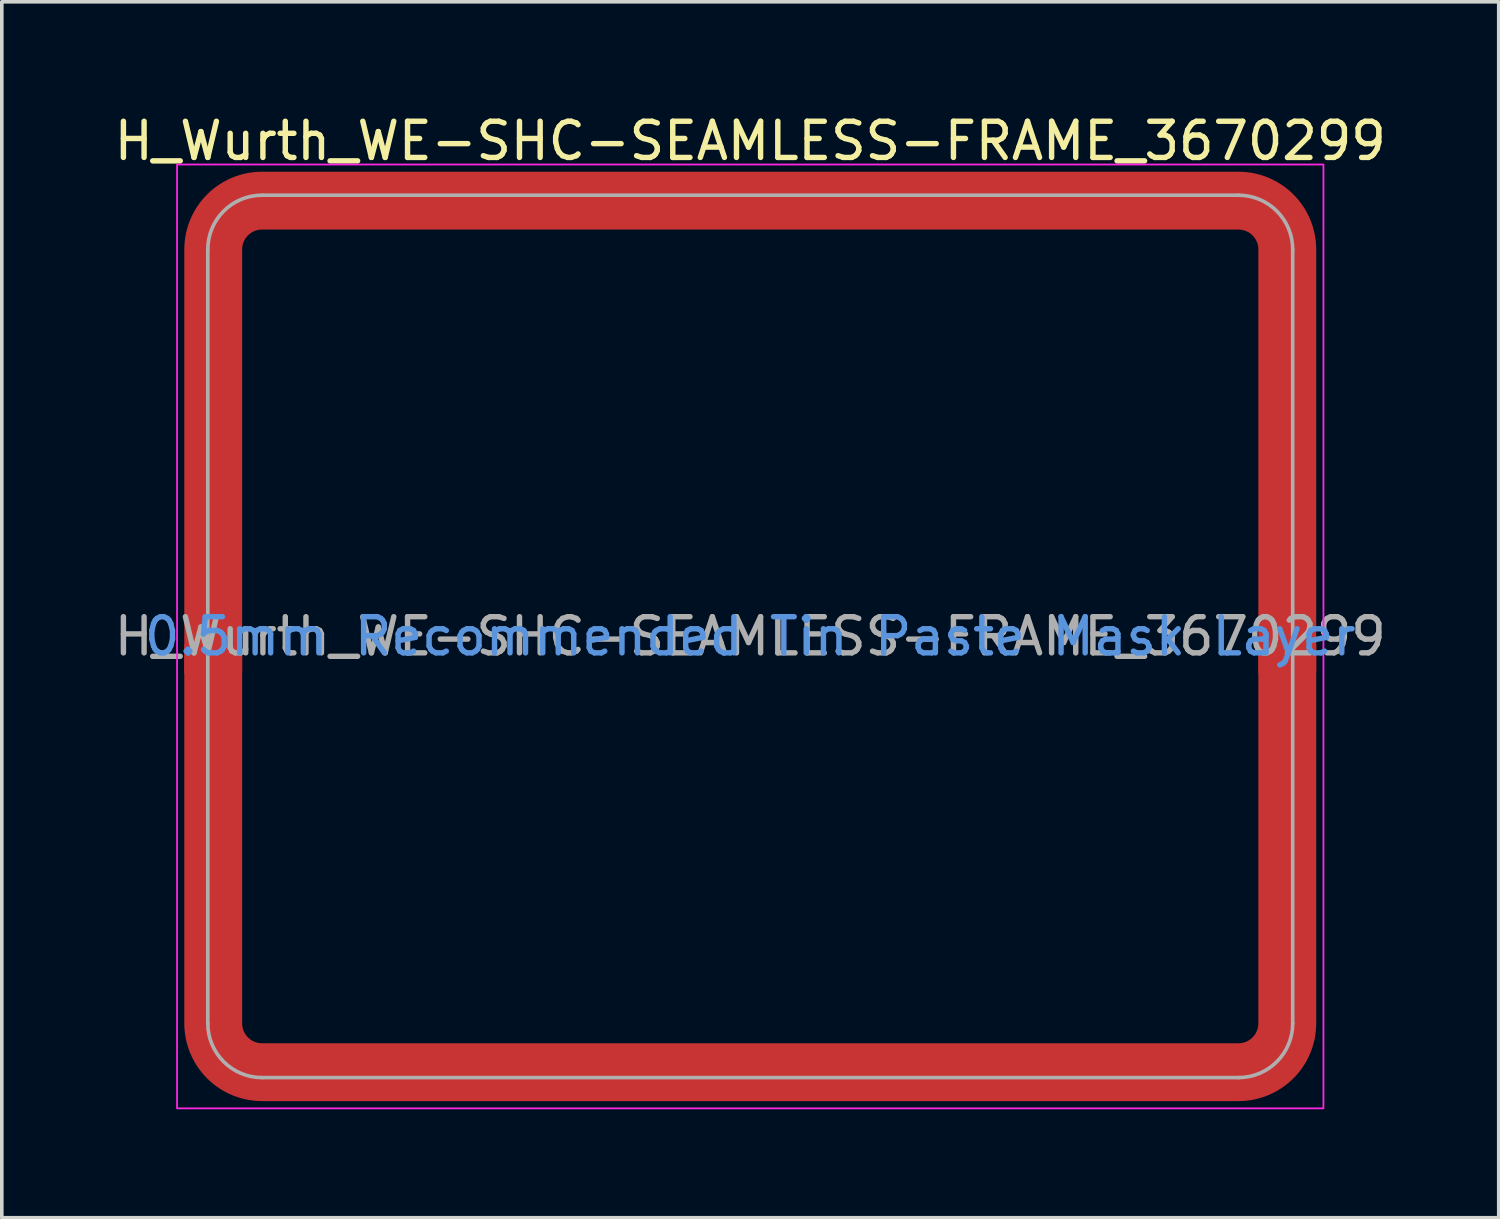
<source format=kicad_pcb>
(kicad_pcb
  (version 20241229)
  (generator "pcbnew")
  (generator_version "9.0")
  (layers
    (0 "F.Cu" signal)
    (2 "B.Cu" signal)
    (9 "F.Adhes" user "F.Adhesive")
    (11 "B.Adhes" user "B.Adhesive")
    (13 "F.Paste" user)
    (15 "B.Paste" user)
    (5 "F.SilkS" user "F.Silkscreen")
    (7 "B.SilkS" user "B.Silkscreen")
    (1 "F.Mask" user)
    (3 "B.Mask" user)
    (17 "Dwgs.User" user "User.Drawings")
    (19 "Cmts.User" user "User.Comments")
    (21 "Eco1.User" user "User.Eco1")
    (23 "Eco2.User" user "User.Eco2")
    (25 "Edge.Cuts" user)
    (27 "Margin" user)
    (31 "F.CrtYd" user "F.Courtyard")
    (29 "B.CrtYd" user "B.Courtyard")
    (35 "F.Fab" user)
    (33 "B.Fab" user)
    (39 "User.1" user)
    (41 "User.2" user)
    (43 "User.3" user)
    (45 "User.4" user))
  (footprint "H_Wurth_WE-SHC-SEAMLESS-FRAME_3670299"
    (layer "F.Cu")
    (at 17.696 14.548)
    (property "Reference" "H_Wurth_WE-SHC-SEAMLESS-FRAME_3670299" (at 0 -13.7 0) (unlocked yes) (layer "F.SilkS") (effects (font (size 1 1) (thickness 0.15))))
    (attr smd)
    (fp_poly (pts (xy 14.1 0.25) (xy 15.6 0.25) (xy 15.6 10.7) (xy 15.597 10.81) (xy 15.588 10.92) (xy 15.574 11.029) (xy 15.554 11.137) (xy 15.528 11.244) (xy 15.497 11.349) (xy 15.461 11.453) (xy 15.418 11.554) (xy 15.371 11.653) (xy 15.319 11.75) (xy 15.261 11.844) (xy 15.199 11.934) (xy 15.132 12.022) (xy 15.061 12.105) (xy 14.985 12.185) (xy 14.905 12.261) (xy 14.822 12.332) (xy 14.734 12.399) (xy 14.644 12.461) (xy 14.55 12.519) (xy 14.453 12.571) (xy 14.354 12.618) (xy 14.253 12.661) (xy 14.149 12.697) (xy 14.044 12.728) (xy 13.937 12.754) (xy 13.829 12.774) (xy 13.72 12.788) (xy 13.61 12.797) (xy 13.5 12.8) (xy -13.5 12.8) (xy -13.61 12.797) (xy -13.72 12.788) (xy -13.829 12.774) (xy -13.937 12.754) (xy -14.044 12.728) (xy -14.149 12.697) (xy -14.253 12.661) (xy -14.354 12.618) (xy -14.453 12.571) (xy -14.55 12.519) (xy -14.644 12.461) (xy -14.734 12.399) (xy -14.822 12.332) (xy -14.905 12.261) (xy -14.985 12.185) (xy -15.061 12.105) (xy -15.132 12.022) (xy -15.199 11.934) (xy -15.261 11.844) (xy -15.319 11.75) (xy -15.371 11.653) (xy -15.418 11.554) (xy -15.461 11.453) (xy -15.497 11.349) (xy -15.528 11.244) (xy -15.554 11.137) (xy -15.574 11.029) (xy -15.588 10.92) (xy -15.597 10.81) (xy -15.6 10.7) (xy -15.6 0.25) (xy -14.1 0.25) (xy -14.1 10.7) (xy -14.099 10.731) (xy -14.097 10.763) (xy -14.093 10.794) (xy -14.087 10.825) (xy -14.08 10.855) (xy -14.071 10.885) (xy -14.06 10.915) (xy -14.048 10.944) (xy -14.035 10.972) (xy -14.02 11) (xy -14.003 11.027) (xy -13.985 11.053) (xy -13.966 11.078) (xy -13.946 11.101) (xy -13.924 11.124) (xy -13.901 11.146) (xy -13.878 11.166) (xy -13.853 11.185) (xy -13.827 11.203) (xy -13.8 11.22) (xy -13.772 11.235) (xy -13.744 11.248) (xy -13.715 11.26) (xy -13.685 11.271) (xy -13.655 11.28) (xy -13.625 11.287) (xy -13.594 11.293) (xy -13.563 11.297) (xy -13.531 11.299) (xy -13.5 11.3) (xy 13.5 11.3) (xy 13.531 11.299) (xy 13.563 11.297) (xy 13.594 11.293) (xy 13.625 11.287) (xy 13.655 11.28) (xy 13.685 11.271) (xy 13.715 11.26) (xy 13.744 11.248) (xy 13.772 11.235) (xy 13.8 11.22) (xy 13.827 11.203) (xy 13.853 11.185) (xy 13.878 11.166) (xy 13.901 11.146) (xy 13.924 11.124) (xy 13.946 11.101) (xy 13.966 11.078) (xy 13.985 11.053) (xy 14.003 11.027) (xy 14.02 11) (xy 14.035 10.972) (xy 14.048 10.944) (xy 14.06 10.915) (xy 14.071 10.885) (xy 14.08 10.855) (xy 14.087 10.825) (xy 14.093 10.794) (xy 14.097 10.763) (xy 14.099 10.731) (xy 14.1 10.7) (xy 14.1 0.25)) (stroke (width 0.1) (type solid)) (fill yes) (layer "F.Cu"))
    (fp_poly (pts (xy 14.1 0.25) (xy 15.6 0.25) (xy 15.6 10.7) (xy 15.597 10.81) (xy 15.588 10.92) (xy 15.574 11.029) (xy 15.554 11.137) (xy 15.528 11.244) (xy 15.497 11.349) (xy 15.461 11.453) (xy 15.418 11.554) (xy 15.371 11.653) (xy 15.319 11.75) (xy 15.261 11.844) (xy 15.199 11.934) (xy 15.132 12.022) (xy 15.061 12.105) (xy 14.985 12.185) (xy 14.905 12.261) (xy 14.822 12.332) (xy 14.734 12.399) (xy 14.644 12.461) (xy 14.55 12.519) (xy 14.453 12.571) (xy 14.354 12.618) (xy 14.253 12.661) (xy 14.149 12.697) (xy 14.044 12.728) (xy 13.937 12.754) (xy 13.829 12.774) (xy 13.72 12.788) (xy 13.61 12.797) (xy 13.5 12.8) (xy -13.5 12.8) (xy -13.61 12.797) (xy -13.72 12.788) (xy -13.829 12.774) (xy -13.937 12.754) (xy -14.044 12.728) (xy -14.149 12.697) (xy -14.253 12.661) (xy -14.354 12.618) (xy -14.453 12.571) (xy -14.55 12.519) (xy -14.644 12.461) (xy -14.734 12.399) (xy -14.822 12.332) (xy -14.905 12.261) (xy -14.985 12.185) (xy -15.061 12.105) (xy -15.132 12.022) (xy -15.199 11.934) (xy -15.261 11.844) (xy -15.319 11.75) (xy -15.371 11.653) (xy -15.418 11.554) (xy -15.461 11.453) (xy -15.497 11.349) (xy -15.528 11.244) (xy -15.554 11.137) (xy -15.574 11.029) (xy -15.588 10.92) (xy -15.597 10.81) (xy -15.6 10.7) (xy -15.6 0.25) (xy -14.1 0.25) (xy -14.1 10.7) (xy -14.099 10.731) (xy -14.097 10.763) (xy -14.093 10.794) (xy -14.087 10.825) (xy -14.08 10.855) (xy -14.071 10.885) (xy -14.06 10.915) (xy -14.048 10.944) (xy -14.035 10.972) (xy -14.02 11) (xy -14.003 11.027) (xy -13.985 11.053) (xy -13.966 11.078) (xy -13.946 11.101) (xy -13.924 11.124) (xy -13.901 11.146) (xy -13.878 11.166) (xy -13.853 11.185) (xy -13.827 11.203) (xy -13.8 11.22) (xy -13.772 11.235) (xy -13.744 11.248) (xy -13.715 11.26) (xy -13.685 11.271) (xy -13.655 11.28) (xy -13.625 11.287) (xy -13.594 11.293) (xy -13.563 11.297) (xy -13.531 11.299) (xy -13.5 11.3) (xy 13.5 11.3) (xy 13.531 11.299) (xy 13.563 11.297) (xy 13.594 11.293) (xy 13.625 11.287) (xy 13.655 11.28) (xy 13.685 11.271) (xy 13.715 11.26) (xy 13.744 11.248) (xy 13.772 11.235) (xy 13.8 11.22) (xy 13.827 11.203) (xy 13.853 11.185) (xy 13.878 11.166) (xy 13.901 11.146) (xy 13.924 11.124) (xy 13.946 11.101) (xy 13.966 11.078) (xy 13.985 11.053) (xy 14.003 11.027) (xy 14.02 11) (xy 14.035 10.972) (xy 14.048 10.944) (xy 14.06 10.915) (xy 14.071 10.885) (xy 14.08 10.855) (xy 14.087 10.825) (xy 14.093 10.794) (xy 14.097 10.763) (xy 14.099 10.731) (xy 14.1 10.7) (xy 14.1 0.25)) (stroke (width 0.1) (type solid)) (fill yes) (layer "F.Mask"))
    (fp_poly (pts (xy 14.1 0.25) (xy 15.6 0.25) (xy 15.6 10.7) (xy 15.597 10.81) (xy 15.588 10.92) (xy 15.574 11.029) (xy 15.554 11.137) (xy 15.528 11.244) (xy 15.497 11.349) (xy 15.461 11.453) (xy 15.418 11.554) (xy 15.371 11.653) (xy 15.319 11.75) (xy 15.261 11.844) (xy 15.199 11.934) (xy 15.132 12.022) (xy 15.061 12.105) (xy 14.985 12.185) (xy 14.905 12.261) (xy 14.822 12.332) (xy 14.734 12.399) (xy 14.644 12.461) (xy 14.55 12.519) (xy 14.453 12.571) (xy 14.354 12.618) (xy 14.253 12.661) (xy 14.149 12.697) (xy 14.044 12.728) (xy 13.937 12.754) (xy 13.829 12.774) (xy 13.72 12.788) (xy 13.61 12.797) (xy 13.5 12.8) (xy -13.5 12.8) (xy -13.61 12.797) (xy -13.72 12.788) (xy -13.829 12.774) (xy -13.937 12.754) (xy -14.044 12.728) (xy -14.149 12.697) (xy -14.253 12.661) (xy -14.354 12.618) (xy -14.453 12.571) (xy -14.55 12.519) (xy -14.644 12.461) (xy -14.734 12.399) (xy -14.822 12.332) (xy -14.905 12.261) (xy -14.985 12.185) (xy -15.061 12.105) (xy -15.132 12.022) (xy -15.199 11.934) (xy -15.261 11.844) (xy -15.319 11.75) (xy -15.371 11.653) (xy -15.418 11.554) (xy -15.461 11.453) (xy -15.497 11.349) (xy -15.528 11.244) (xy -15.554 11.137) (xy -15.574 11.029) (xy -15.588 10.92) (xy -15.597 10.81) (xy -15.6 10.7) (xy -15.6 0.25) (xy -14.1 0.25) (xy -14.1 10.7) (xy -14.099 10.731) (xy -14.097 10.763) (xy -14.093 10.794) (xy -14.087 10.825) (xy -14.08 10.855) (xy -14.071 10.885) (xy -14.06 10.915) (xy -14.048 10.944) (xy -14.035 10.972) (xy -14.02 11) (xy -14.003 11.027) (xy -13.985 11.053) (xy -13.966 11.078) (xy -13.946 11.101) (xy -13.924 11.124) (xy -13.901 11.146) (xy -13.878 11.166) (xy -13.853 11.185) (xy -13.827 11.203) (xy -13.8 11.22) (xy -13.772 11.235) (xy -13.744 11.248) (xy -13.715 11.26) (xy -13.685 11.271) (xy -13.655 11.28) (xy -13.625 11.287) (xy -13.594 11.293) (xy -13.563 11.297) (xy -13.531 11.299) (xy -13.5 11.3) (xy 13.5 11.3) (xy 13.531 11.299) (xy 13.563 11.297) (xy 13.594 11.293) (xy 13.625 11.287) (xy 13.655 11.28) (xy 13.685 11.271) (xy 13.715 11.26) (xy 13.744 11.248) (xy 13.772 11.235) (xy 13.8 11.22) (xy 13.827 11.203) (xy 13.853 11.185) (xy 13.878 11.166) (xy 13.901 11.146) (xy 13.924 11.124) (xy 13.946 11.101) (xy 13.966 11.078) (xy 13.985 11.053) (xy 14.003 11.027) (xy 14.02 11) (xy 14.035 10.972) (xy 14.048 10.944) (xy 14.06 10.915) (xy 14.071 10.885) (xy 14.08 10.855) (xy 14.087 10.825) (xy 14.093 10.794) (xy 14.097 10.763) (xy 14.099 10.731) (xy 14.1 10.7) (xy 14.1 0.25)) (stroke (width 0.1) (type solid)) (fill yes) (layer "F.Paste"))
    (fp_rect (start -15.85 -13.05) (end 15.85 13.05) (stroke (width 0.05) (type solid)) (fill no) (layer "F.CrtYd"))
    (fp_line (start -15 10.7) (end -15 -10.7) (stroke (width 0.1) (type solid)) (layer "F.Fab"))
    (fp_line (start -13.5 -12.2) (end 13.5 -12.2) (stroke (width 0.1) (type solid)) (layer "F.Fab"))
    (fp_line (start -13.5 12.2) (end 13.5 12.2) (stroke (width 0.1) (type solid)) (layer "F.Fab"))
    (fp_line (start 15 10.7) (end 15 -10.7) (stroke (width 0.1) (type solid)) (layer "F.Fab"))
    (fp_arc (start -15 -10.7) (mid -14.56066 -11.76066) (end -13.5 -12.2) (stroke (width 0.1) (type default)) (layer "F.Fab"))
    (fp_arc (start -13.5 12.2) (mid -14.56066 11.76066) (end -15 10.7) (stroke (width 0.1) (type default)) (layer "F.Fab"))
    (fp_arc (start 13.5 -12.2) (mid 14.56066 -11.76066) (end 15 -10.7) (stroke (width 0.1) (type default)) (layer "F.Fab"))
    (fp_arc (start 15 10.7) (mid 14.56066 11.76066) (end 13.5 12.2) (stroke (width 0.1) (type default)) (layer "F.Fab"))
    (fp_text user "0.5mm Recommended Tin Paste Mask Layer" (at 0 0 0) (unlocked yes) (layer "Cmts.User") (effects (font (size 1 1) (thickness 0.15))))
    (fp_text user "${REFERENCE}" (at 0 0 0) (unlocked yes) (layer "F.Fab") (effects (font (size 1 1) (thickness 0.15))))
    (pad "1" smd custom (at 14.85 0) (size 1.5 21.4) (layers "F.Cu" "F.Mask" "F.Paste") (options (anchor rect)) (primitives (gr_poly (pts (xy -28.95 1) (xy -30.45 1) (xy -30.45 -10.7) (xy -30.447 -10.81) (xy -30.438 -10.92) (xy -30.424 -11.029) (xy -30.404 -11.137) (xy -30.378 -11.244) (xy -30.347 -11.349) (xy -30.311 -11.453) (xy -30.268 -11.554) (xy -30.221 -11.653) (xy -30.169 -11.75) (xy -30.111 -11.844) (xy -30.049 -11.934) (xy -29.982 -12.022) (xy -29.911 -12.105) (xy -29.835 -12.185) (xy -29.755 -12.261) (xy -29.672 -12.332) (xy -29.584 -12.399) (xy -29.494 -12.461) (xy -29.4 -12.519) (xy -29.303 -12.571) (xy -29.204 -12.618) (xy -29.103 -12.661) (xy -28.999 -12.697) (xy -28.894 -12.728) (xy -28.787 -12.754) (xy -28.679 -12.774) (xy -28.57 -12.788) (xy -28.46 -12.797) (xy -28.35 -12.8) (xy -1.35 -12.8) (xy -1.24 -12.797) (xy -1.13 -12.788) (xy -1.021 -12.774) (xy -0.913 -12.754) (xy -0.806 -12.728) (xy -0.701 -12.697) (xy -0.597 -12.661) (xy -0.496 -12.618) (xy -0.397 -12.571) (xy -0.3 -12.519) (xy -0.206 -12.461) (xy -0.116 -12.399) (xy -0.028 -12.332) (xy 0.055 -12.261) (xy 0.135 -12.185) (xy 0.211 -12.105) (xy 0.282 -12.022) (xy 0.349 -11.934) (xy 0.411 -11.844) (xy 0.469 -11.75) (xy 0.521 -11.653) (xy 0.568 -11.554) (xy 0.611 -11.453) (xy 0.647 -11.349) (xy 0.678 -11.244) (xy 0.704 -11.137) (xy 0.724 -11.029) (xy 0.738 -10.92) (xy 0.747 -10.81) (xy 0.75 -10.7) (xy 0.75 1) (xy -0.75 1) (xy -0.75 -10.7) (xy -0.751 -10.731) (xy -0.753 -10.763) (xy -0.757 -10.794) (xy -0.763 -10.825) (xy -0.77 -10.855) (xy -0.779 -10.885) (xy -0.79 -10.915) (xy -0.802 -10.944) (xy -0.815 -10.972) (xy -0.83 -11) (xy -0.847 -11.027) (xy -0.865 -11.053) (xy -0.884 -11.078) (xy -0.904 -11.101) (xy -0.926 -11.124) (xy -0.949 -11.146) (xy -0.972 -11.166) (xy -0.997 -11.185) (xy -1.023 -11.203) (xy -1.05 -11.22) (xy -1.078 -11.235) (xy -1.106 -11.248) (xy -1.135 -11.26) (xy -1.165 -11.271) (xy -1.195 -11.28) (xy -1.225 -11.287) (xy -1.256 -11.293) (xy -1.287 -11.297) (xy -1.319 -11.299) (xy -1.35 -11.3) (xy -28.35 -11.3) (xy -28.381 -11.299) (xy -28.413 -11.297) (xy -28.444 -11.293) (xy -28.475 -11.287) (xy -28.505 -11.28) (xy -28.535 -11.271) (xy -28.565 -11.26) (xy -28.594 -11.248) (xy -28.622 -11.235) (xy -28.65 -11.22) (xy -28.677 -11.203) (xy -28.703 -11.185) (xy -28.728 -11.166) (xy -28.751 -11.146) (xy -28.774 -11.124) (xy -28.796 -11.101) (xy -28.816 -11.078) (xy -28.835 -11.053) (xy -28.853 -11.027) (xy -28.87 -11) (xy -28.885 -10.972) (xy -28.898 -10.944) (xy -28.91 -10.915) (xy -28.921 -10.885) (xy -28.93 -10.855) (xy -28.937 -10.825) (xy -28.943 -10.794) (xy -28.947 -10.763) (xy -28.949 -10.731) (xy -28.95 -10.7) (xy -28.95 1)) (width 0.1) (fill yes)))))
  (gr_rect
    (start -3 -3)
    (end 38.393 30.623)
    (stroke (width 0.1) (type default))
    (fill no)
    (layer "Edge.Cuts")))
</source>
